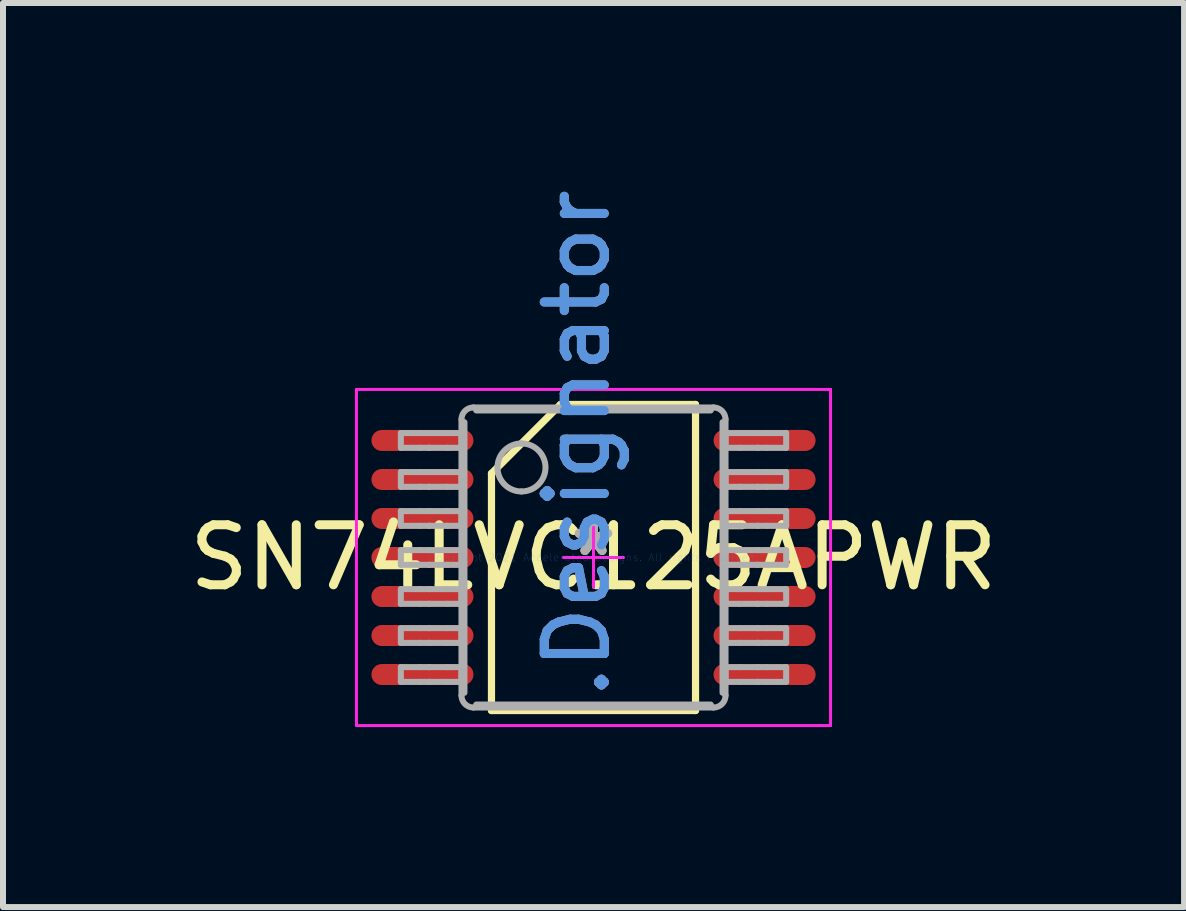
<source format=kicad_pcb>
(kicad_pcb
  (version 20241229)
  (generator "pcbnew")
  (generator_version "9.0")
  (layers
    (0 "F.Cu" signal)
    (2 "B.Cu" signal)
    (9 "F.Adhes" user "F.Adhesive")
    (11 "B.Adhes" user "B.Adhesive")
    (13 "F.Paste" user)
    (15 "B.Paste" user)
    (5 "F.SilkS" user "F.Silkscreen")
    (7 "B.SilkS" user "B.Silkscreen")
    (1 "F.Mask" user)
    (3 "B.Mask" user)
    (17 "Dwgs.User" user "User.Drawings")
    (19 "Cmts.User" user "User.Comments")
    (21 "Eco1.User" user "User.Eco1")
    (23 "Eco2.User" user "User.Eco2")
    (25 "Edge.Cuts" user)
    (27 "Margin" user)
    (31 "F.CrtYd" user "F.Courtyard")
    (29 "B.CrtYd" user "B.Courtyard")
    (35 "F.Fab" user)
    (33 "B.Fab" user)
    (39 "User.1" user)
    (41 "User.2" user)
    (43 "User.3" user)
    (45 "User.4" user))
  (footprint "SN74LVC125APWR"
    (layer "F.Cu")
    (at 6.839 6.239)
    (property "Reference" "SN74LVC125APWR" (at 0 0 0) (layer "F.SilkS") (effects (font (size 1 1) (thickness 0.15))))
    (attr through_hole)
    (fp_line (start -1.7 -1.4) (end -0.55 -2.55) (stroke (width 0.12) (type solid)) (layer "F.SilkS"))
    (fp_line (start -1.7 2.55) (end -1.7 -1.4) (stroke (width 0.12) (type solid)) (layer "F.SilkS"))
    (fp_line (start -1.7 2.55) (end 1.7 2.55) (stroke (width 0.12) (type solid)) (layer "F.SilkS"))
    (fp_line (start -0.55 -2.55) (end 1.7 -2.55) (stroke (width 0.12) (type solid)) (layer "F.SilkS"))
    (fp_line (start 1.7 2.55) (end 1.7 -2.55) (stroke (width 0.12) (type solid)) (layer "F.SilkS"))
    (fp_line (start -3.95 -2.8) (end 3.95 -2.8) (stroke (width 0.05) (type solid)) (layer "F.CrtYd"))
    (fp_line (start -3.95 2.8) (end -3.95 -2.8) (stroke (width 0.05) (type solid)) (layer "F.CrtYd"))
    (fp_line (start -3.95 2.8) (end 3.95 2.8) (stroke (width 0.05) (type solid)) (layer "F.CrtYd"))
    (fp_line (start -0.5 0) (end 0.5 0) (stroke (width 0.05) (type solid)) (layer "F.CrtYd"))
    (fp_line (start 0 0.5) (end 0 -0.5) (stroke (width 0.05) (type solid)) (layer "F.CrtYd"))
    (fp_line (start 3.95 2.8) (end 3.95 -2.8) (stroke (width 0.05) (type solid)) (layer "F.CrtYd"))
    (fp_line (start -3.21 -2.073) (end -2.887 -2.073) (stroke (width 0.1) (type solid)) (layer "F.Fab"))
    (fp_line (start -3.21 -1.828) (end -3.21 -2.073) (stroke (width 0.1) (type solid)) (layer "F.Fab"))
    (fp_line (start -3.21 -1.828) (end -2.887 -1.828) (stroke (width 0.1) (type solid)) (layer "F.Fab"))
    (fp_line (start -3.21 -1.423) (end -2.887 -1.423) (stroke (width 0.1) (type solid)) (layer "F.Fab"))
    (fp_line (start -3.21 -1.178) (end -3.21 -1.423) (stroke (width 0.1) (type solid)) (layer "F.Fab"))
    (fp_line (start -3.21 -1.178) (end -2.887 -1.178) (stroke (width 0.1) (type solid)) (layer "F.Fab"))
    (fp_line (start -3.21 -0.773) (end -2.887 -0.773) (stroke (width 0.1) (type solid)) (layer "F.Fab"))
    (fp_line (start -3.21 -0.528) (end -3.21 -0.773) (stroke (width 0.1) (type solid)) (layer "F.Fab"))
    (fp_line (start -3.21 -0.528) (end -2.887 -0.528) (stroke (width 0.1) (type solid)) (layer "F.Fab"))
    (fp_line (start -3.21 -0.123) (end -2.887 -0.123) (stroke (width 0.1) (type solid)) (layer "F.Fab"))
    (fp_line (start -3.21 0.122) (end -3.21 -0.123) (stroke (width 0.1) (type solid)) (layer "F.Fab"))
    (fp_line (start -3.21 0.122) (end -2.887 0.122) (stroke (width 0.1) (type solid)) (layer "F.Fab"))
    (fp_line (start -3.21 0.527) (end -2.887 0.527) (stroke (width 0.1) (type solid)) (layer "F.Fab"))
    (fp_line (start -3.21 0.772) (end -3.21 0.527) (stroke (width 0.1) (type solid)) (layer "F.Fab"))
    (fp_line (start -3.21 0.772) (end -2.887 0.772) (stroke (width 0.1) (type solid)) (layer "F.Fab"))
    (fp_line (start -3.21 1.177) (end -2.887 1.177) (stroke (width 0.1) (type solid)) (layer "F.Fab"))
    (fp_line (start -3.21 1.422) (end -3.21 1.177) (stroke (width 0.1) (type solid)) (layer "F.Fab"))
    (fp_line (start -3.21 1.422) (end -2.887 1.422) (stroke (width 0.1) (type solid)) (layer "F.Fab"))
    (fp_line (start -3.21 1.827) (end -2.887 1.827) (stroke (width 0.1) (type solid)) (layer "F.Fab"))
    (fp_line (start -3.21 2.072) (end -3.21 1.827) (stroke (width 0.1) (type solid)) (layer "F.Fab"))
    (fp_line (start -3.21 2.072) (end -2.887 2.072) (stroke (width 0.1) (type solid)) (layer "F.Fab"))
    (fp_line (start -2.887 -2.073) (end -2.739 -2.073) (stroke (width 0.1) (type solid)) (layer "F.Fab"))
    (fp_line (start -2.887 -1.828) (end -2.739 -1.828) (stroke (width 0.1) (type solid)) (layer "F.Fab"))
    (fp_line (start -2.887 -1.423) (end -2.739 -1.423) (stroke (width 0.1) (type solid)) (layer "F.Fab"))
    (fp_line (start -2.887 -1.178) (end -2.739 -1.178) (stroke (width 0.1) (type solid)) (layer "F.Fab"))
    (fp_line (start -2.887 -0.773) (end -2.739 -0.773) (stroke (width 0.1) (type solid)) (layer "F.Fab"))
    (fp_line (start -2.887 -0.528) (end -2.739 -0.528) (stroke (width 0.1) (type solid)) (layer "F.Fab"))
    (fp_line (start -2.887 -0.123) (end -2.739 -0.123) (stroke (width 0.1) (type solid)) (layer "F.Fab"))
    (fp_line (start -2.887 0.122) (end -2.739 0.122) (stroke (width 0.1) (type solid)) (layer "F.Fab"))
    (fp_line (start -2.887 0.527) (end -2.739 0.527) (stroke (width 0.1) (type solid)) (layer "F.Fab"))
    (fp_line (start -2.887 0.772) (end -2.739 0.772) (stroke (width 0.1) (type solid)) (layer "F.Fab"))
    (fp_line (start -2.887 1.177) (end -2.739 1.177) (stroke (width 0.1) (type solid)) (layer "F.Fab"))
    (fp_line (start -2.887 1.422) (end -2.739 1.422) (stroke (width 0.1) (type solid)) (layer "F.Fab"))
    (fp_line (start -2.887 1.827) (end -2.739 1.827) (stroke (width 0.1) (type solid)) (layer "F.Fab"))
    (fp_line (start -2.887 2.072) (end -2.739 2.072) (stroke (width 0.1) (type solid)) (layer "F.Fab"))
    (fp_line (start -2.739 -2.073) (end -2.733 -2.073) (stroke (width 0.1) (type solid)) (layer "F.Fab"))
    (fp_line (start -2.739 -1.828) (end -2.733 -1.828) (stroke (width 0.1) (type solid)) (layer "F.Fab"))
    (fp_line (start -2.739 -1.423) (end -2.733 -1.423) (stroke (width 0.1) (type solid)) (layer "F.Fab"))
    (fp_line (start -2.739 -1.178) (end -2.733 -1.178) (stroke (width 0.1) (type solid)) (layer "F.Fab"))
    (fp_line (start -2.739 -0.773) (end -2.733 -0.773) (stroke (width 0.1) (type solid)) (layer "F.Fab"))
    (fp_line (start -2.739 -0.528) (end -2.733 -0.528) (stroke (width 0.1) (type solid)) (layer "F.Fab"))
    (fp_line (start -2.739 -0.123) (end -2.733 -0.123) (stroke (width 0.1) (type solid)) (layer "F.Fab"))
    (fp_line (start -2.739 0.122) (end -2.733 0.122) (stroke (width 0.1) (type solid)) (layer "F.Fab"))
    (fp_line (start -2.739 0.527) (end -2.733 0.527) (stroke (width 0.1) (type solid)) (layer "F.Fab"))
    (fp_line (start -2.739 0.772) (end -2.733 0.772) (stroke (width 0.1) (type solid)) (layer "F.Fab"))
    (fp_line (start -2.739 1.177) (end -2.733 1.177) (stroke (width 0.1) (type solid)) (layer "F.Fab"))
    (fp_line (start -2.739 1.422) (end -2.733 1.422) (stroke (width 0.1) (type solid)) (layer "F.Fab"))
    (fp_line (start -2.739 1.827) (end -2.733 1.827) (stroke (width 0.1) (type solid)) (layer "F.Fab"))
    (fp_line (start -2.739 2.072) (end -2.733 2.072) (stroke (width 0.1) (type solid)) (layer "F.Fab"))
    (fp_line (start -2.733 -2.073) (end -2.431 -2.073) (stroke (width 0.1) (type solid)) (layer "F.Fab"))
    (fp_line (start -2.733 -1.828) (end -2.431 -1.828) (stroke (width 0.1) (type solid)) (layer "F.Fab"))
    (fp_line (start -2.733 -1.423) (end -2.431 -1.423) (stroke (width 0.1) (type solid)) (layer "F.Fab"))
    (fp_line (start -2.733 -1.178) (end -2.431 -1.178) (stroke (width 0.1) (type solid)) (layer "F.Fab"))
    (fp_line (start -2.733 -0.773) (end -2.431 -0.773) (stroke (width 0.1) (type solid)) (layer "F.Fab"))
    (fp_line (start -2.733 -0.528) (end -2.431 -0.528) (stroke (width 0.1) (type solid)) (layer "F.Fab"))
    (fp_line (start -2.733 -0.123) (end -2.431 -0.123) (stroke (width 0.1) (type solid)) (layer "F.Fab"))
    (fp_line (start -2.733 0.122) (end -2.431 0.122) (stroke (width 0.1) (type solid)) (layer "F.Fab"))
    (fp_line (start -2.733 0.527) (end -2.431 0.527) (stroke (width 0.1) (type solid)) (layer "F.Fab"))
    (fp_line (start -2.733 0.772) (end -2.431 0.772) (stroke (width 0.1) (type solid)) (layer "F.Fab"))
    (fp_line (start -2.733 1.177) (end -2.431 1.177) (stroke (width 0.1) (type solid)) (layer "F.Fab"))
    (fp_line (start -2.733 1.422) (end -2.431 1.422) (stroke (width 0.1) (type solid)) (layer "F.Fab"))
    (fp_line (start -2.733 1.827) (end -2.431 1.827) (stroke (width 0.1) (type solid)) (layer "F.Fab"))
    (fp_line (start -2.733 2.072) (end -2.431 2.072) (stroke (width 0.1) (type solid)) (layer "F.Fab"))
    (fp_line (start -2.431 -2.073) (end -2.2 -2.073) (stroke (width 0.1) (type solid)) (layer "F.Fab"))
    (fp_line (start -2.431 -1.828) (end -2.2 -1.828) (stroke (width 0.1) (type solid)) (layer "F.Fab"))
    (fp_line (start -2.431 -1.423) (end -2.2 -1.423) (stroke (width 0.1) (type solid)) (layer "F.Fab"))
    (fp_line (start -2.431 -1.178) (end -2.2 -1.178) (stroke (width 0.1) (type solid)) (layer "F.Fab"))
    (fp_line (start -2.431 -0.773) (end -2.2 -0.773) (stroke (width 0.1) (type solid)) (layer "F.Fab"))
    (fp_line (start -2.431 -0.528) (end -2.2 -0.528) (stroke (width 0.1) (type solid)) (layer "F.Fab"))
    (fp_line (start -2.431 -0.123) (end -2.2 -0.123) (stroke (width 0.1) (type solid)) (layer "F.Fab"))
    (fp_line (start -2.431 0.122) (end -2.2 0.122) (stroke (width 0.1) (type solid)) (layer "F.Fab"))
    (fp_line (start -2.431 0.527) (end -2.2 0.527) (stroke (width 0.1) (type solid)) (layer "F.Fab"))
    (fp_line (start -2.431 0.772) (end -2.2 0.772) (stroke (width 0.1) (type solid)) (layer "F.Fab"))
    (fp_line (start -2.431 1.177) (end -2.2 1.177) (stroke (width 0.1) (type solid)) (layer "F.Fab"))
    (fp_line (start -2.431 1.422) (end -2.2 1.422) (stroke (width 0.1) (type solid)) (layer "F.Fab"))
    (fp_line (start -2.431 1.827) (end -2.2 1.827) (stroke (width 0.1) (type solid)) (layer "F.Fab"))
    (fp_line (start -2.431 2.072) (end -2.2 2.072) (stroke (width 0.1) (type solid)) (layer "F.Fab"))
    (fp_line (start -2.2 -1.828) (end -2.2 -2.073) (stroke (width 0.1) (type solid)) (layer "F.Fab"))
    (fp_line (start -2.2 -1.178) (end -2.2 -1.423) (stroke (width 0.1) (type solid)) (layer "F.Fab"))
    (fp_line (start -2.2 -0.528) (end -2.2 -0.773) (stroke (width 0.1) (type solid)) (layer "F.Fab"))
    (fp_line (start -2.2 0.122) (end -2.2 -0.123) (stroke (width 0.1) (type solid)) (layer "F.Fab"))
    (fp_line (start -2.2 0.772) (end -2.2 0.527) (stroke (width 0.1) (type solid)) (layer "F.Fab"))
    (fp_line (start -2.2 1.422) (end -2.2 1.177) (stroke (width 0.1) (type solid)) (layer "F.Fab"))
    (fp_line (start -2.2 2.072) (end -2.2 1.827) (stroke (width 0.1) (type solid)) (layer "F.Fab"))
    (fp_line (start -2.2 2.3) (end -2.2 -2.3) (stroke (width 0.1) (type solid)) (layer "F.Fab"))
    (fp_line (start -2.15 2.254) (end -2.15 -2.254) (stroke (width 0.1) (type solid)) (layer "F.Fab"))
    (fp_line (start -2 -2.5) (end 2 -2.5) (stroke (width 0.1) (type solid)) (layer "F.Fab"))
    (fp_line (start -2 2.5) (end 2 2.5) (stroke (width 0.1) (type solid)) (layer "F.Fab"))
    (fp_line (start -1.954 -2.45) (end 1.954 -2.45) (stroke (width 0.1) (type solid)) (layer "F.Fab"))
    (fp_line (start -1.954 2.45) (end 1.954 2.45) (stroke (width 0.1) (type solid)) (layer "F.Fab"))
    (fp_line (start 2.15 2.254) (end 2.15 -2.254) (stroke (width 0.1) (type solid)) (layer "F.Fab"))
    (fp_line (start 2.2 -2.073) (end 2.43 -2.073) (stroke (width 0.1) (type solid)) (layer "F.Fab"))
    (fp_line (start 2.2 -1.828) (end 2.2 -2.073) (stroke (width 0.1) (type solid)) (layer "F.Fab"))
    (fp_line (start 2.2 -1.828) (end 2.43 -1.828) (stroke (width 0.1) (type solid)) (layer "F.Fab"))
    (fp_line (start 2.2 -1.423) (end 2.43 -1.423) (stroke (width 0.1) (type solid)) (layer "F.Fab"))
    (fp_line (start 2.2 -1.178) (end 2.2 -1.423) (stroke (width 0.1) (type solid)) (layer "F.Fab"))
    (fp_line (start 2.2 -1.178) (end 2.43 -1.178) (stroke (width 0.1) (type solid)) (layer "F.Fab"))
    (fp_line (start 2.2 -0.773) (end 2.43 -0.773) (stroke (width 0.1) (type solid)) (layer "F.Fab"))
    (fp_line (start 2.2 -0.528) (end 2.2 -0.773) (stroke (width 0.1) (type solid)) (layer "F.Fab"))
    (fp_line (start 2.2 -0.528) (end 2.43 -0.528) (stroke (width 0.1) (type solid)) (layer "F.Fab"))
    (fp_line (start 2.2 -0.123) (end 2.43 -0.123) (stroke (width 0.1) (type solid)) (layer "F.Fab"))
    (fp_line (start 2.2 0.122) (end 2.2 -0.123) (stroke (width 0.1) (type solid)) (layer "F.Fab"))
    (fp_line (start 2.2 0.122) (end 2.43 0.122) (stroke (width 0.1) (type solid)) (layer "F.Fab"))
    (fp_line (start 2.2 0.527) (end 2.43 0.527) (stroke (width 0.1) (type solid)) (layer "F.Fab"))
    (fp_line (start 2.2 0.772) (end 2.2 0.527) (stroke (width 0.1) (type solid)) (layer "F.Fab"))
    (fp_line (start 2.2 0.772) (end 2.43 0.772) (stroke (width 0.1) (type solid)) (layer "F.Fab"))
    (fp_line (start 2.2 1.177) (end 2.43 1.177) (stroke (width 0.1) (type solid)) (layer "F.Fab"))
    (fp_line (start 2.2 1.422) (end 2.2 1.177) (stroke (width 0.1) (type solid)) (layer "F.Fab"))
    (fp_line (start 2.2 1.422) (end 2.43 1.422) (stroke (width 0.1) (type solid)) (layer "F.Fab"))
    (fp_line (start 2.2 1.827) (end 2.43 1.827) (stroke (width 0.1) (type solid)) (layer "F.Fab"))
    (fp_line (start 2.2 2.072) (end 2.2 1.827) (stroke (width 0.1) (type solid)) (layer "F.Fab"))
    (fp_line (start 2.2 2.072) (end 2.43 2.072) (stroke (width 0.1) (type solid)) (layer "F.Fab"))
    (fp_line (start 2.2 2.3) (end 2.2 -2.3) (stroke (width 0.1) (type solid)) (layer "F.Fab"))
    (fp_line (start 2.43 -2.073) (end 2.733 -2.073) (stroke (width 0.1) (type solid)) (layer "F.Fab"))
    (fp_line (start 2.43 -1.828) (end 2.733 -1.828) (stroke (width 0.1) (type solid)) (layer "F.Fab"))
    (fp_line (start 2.43 -1.423) (end 2.733 -1.423) (stroke (width 0.1) (type solid)) (layer "F.Fab"))
    (fp_line (start 2.43 -1.178) (end 2.733 -1.178) (stroke (width 0.1) (type solid)) (layer "F.Fab"))
    (fp_line (start 2.43 -0.773) (end 2.733 -0.773) (stroke (width 0.1) (type solid)) (layer "F.Fab"))
    (fp_line (start 2.43 -0.528) (end 2.733 -0.528) (stroke (width 0.1) (type solid)) (layer "F.Fab"))
    (fp_line (start 2.43 -0.123) (end 2.733 -0.123) (stroke (width 0.1) (type solid)) (layer "F.Fab"))
    (fp_line (start 2.43 0.122) (end 2.733 0.122) (stroke (width 0.1) (type solid)) (layer "F.Fab"))
    (fp_line (start 2.43 0.527) (end 2.733 0.527) (stroke (width 0.1) (type solid)) (layer "F.Fab"))
    (fp_line (start 2.43 0.772) (end 2.733 0.772) (stroke (width 0.1) (type solid)) (layer "F.Fab"))
    (fp_line (start 2.43 1.177) (end 2.733 1.177) (stroke (width 0.1) (type solid)) (layer "F.Fab"))
    (fp_line (start 2.43 1.422) (end 2.733 1.422) (stroke (width 0.1) (type solid)) (layer "F.Fab"))
    (fp_line (start 2.43 1.827) (end 2.733 1.827) (stroke (width 0.1) (type solid)) (layer "F.Fab"))
    (fp_line (start 2.43 2.072) (end 2.733 2.072) (stroke (width 0.1) (type solid)) (layer "F.Fab"))
    (fp_line (start 2.733 -2.073) (end 2.739 -2.073) (stroke (width 0.1) (type solid)) (layer "F.Fab"))
    (fp_line (start 2.733 -1.828) (end 2.739 -1.828) (stroke (width 0.1) (type solid)) (layer "F.Fab"))
    (fp_line (start 2.733 -1.423) (end 2.739 -1.423) (stroke (width 0.1) (type solid)) (layer "F.Fab"))
    (fp_line (start 2.733 -1.178) (end 2.739 -1.178) (stroke (width 0.1) (type solid)) (layer "F.Fab"))
    (fp_line (start 2.733 -0.773) (end 2.739 -0.773) (stroke (width 0.1) (type solid)) (layer "F.Fab"))
    (fp_line (start 2.733 -0.528) (end 2.739 -0.528) (stroke (width 0.1) (type solid)) (layer "F.Fab"))
    (fp_line (start 2.733 -0.123) (end 2.739 -0.123) (stroke (width 0.1) (type solid)) (layer "F.Fab"))
    (fp_line (start 2.733 0.122) (end 2.739 0.122) (stroke (width 0.1) (type solid)) (layer "F.Fab"))
    (fp_line (start 2.733 0.527) (end 2.739 0.527) (stroke (width 0.1) (type solid)) (layer "F.Fab"))
    (fp_line (start 2.733 0.772) (end 2.739 0.772) (stroke (width 0.1) (type solid)) (layer "F.Fab"))
    (fp_line (start 2.733 1.177) (end 2.739 1.177) (stroke (width 0.1) (type solid)) (layer "F.Fab"))
    (fp_line (start 2.733 1.422) (end 2.739 1.422) (stroke (width 0.1) (type solid)) (layer "F.Fab"))
    (fp_line (start 2.733 1.827) (end 2.739 1.827) (stroke (width 0.1) (type solid)) (layer "F.Fab"))
    (fp_line (start 2.733 2.072) (end 2.739 2.072) (stroke (width 0.1) (type solid)) (layer "F.Fab"))
    (fp_line (start 2.739 -2.073) (end 2.887 -2.073) (stroke (width 0.1) (type solid)) (layer "F.Fab"))
    (fp_line (start 2.739 -1.828) (end 2.887 -1.828) (stroke (width 0.1) (type solid)) (layer "F.Fab"))
    (fp_line (start 2.739 -1.423) (end 2.887 -1.423) (stroke (width 0.1) (type solid)) (layer "F.Fab"))
    (fp_line (start 2.739 -1.178) (end 2.887 -1.178) (stroke (width 0.1) (type solid)) (layer "F.Fab"))
    (fp_line (start 2.739 -0.773) (end 2.887 -0.773) (stroke (width 0.1) (type solid)) (layer "F.Fab"))
    (fp_line (start 2.739 -0.528) (end 2.887 -0.528) (stroke (width 0.1) (type solid)) (layer "F.Fab"))
    (fp_line (start 2.739 -0.123) (end 2.887 -0.123) (stroke (width 0.1) (type solid)) (layer "F.Fab"))
    (fp_line (start 2.739 0.122) (end 2.887 0.122) (stroke (width 0.1) (type solid)) (layer "F.Fab"))
    (fp_line (start 2.739 0.527) (end 2.887 0.527) (stroke (width 0.1) (type solid)) (layer "F.Fab"))
    (fp_line (start 2.739 0.772) (end 2.887 0.772) (stroke (width 0.1) (type solid)) (layer "F.Fab"))
    (fp_line (start 2.739 1.177) (end 2.887 1.177) (stroke (width 0.1) (type solid)) (layer "F.Fab"))
    (fp_line (start 2.739 1.422) (end 2.887 1.422) (stroke (width 0.1) (type solid)) (layer "F.Fab"))
    (fp_line (start 2.739 1.827) (end 2.887 1.827) (stroke (width 0.1) (type solid)) (layer "F.Fab"))
    (fp_line (start 2.739 2.072) (end 2.887 2.072) (stroke (width 0.1) (type solid)) (layer "F.Fab"))
    (fp_line (start 2.887 -2.073) (end 3.21 -2.073) (stroke (width 0.1) (type solid)) (layer "F.Fab"))
    (fp_line (start 2.887 -1.828) (end 3.21 -1.828) (stroke (width 0.1) (type solid)) (layer "F.Fab"))
    (fp_line (start 2.887 -1.423) (end 3.21 -1.423) (stroke (width 0.1) (type solid)) (layer "F.Fab"))
    (fp_line (start 2.887 -1.178) (end 3.21 -1.178) (stroke (width 0.1) (type solid)) (layer "F.Fab"))
    (fp_line (start 2.887 -0.773) (end 3.21 -0.773) (stroke (width 0.1) (type solid)) (layer "F.Fab"))
    (fp_line (start 2.887 -0.528) (end 3.21 -0.528) (stroke (width 0.1) (type solid)) (layer "F.Fab"))
    (fp_line (start 2.887 -0.123) (end 3.21 -0.123) (stroke (width 0.1) (type solid)) (layer "F.Fab"))
    (fp_line (start 2.887 0.122) (end 3.21 0.122) (stroke (width 0.1) (type solid)) (layer "F.Fab"))
    (fp_line (start 2.887 0.527) (end 3.21 0.527) (stroke (width 0.1) (type solid)) (layer "F.Fab"))
    (fp_line (start 2.887 0.772) (end 3.21 0.772) (stroke (width 0.1) (type solid)) (layer "F.Fab"))
    (fp_line (start 2.887 1.177) (end 3.21 1.177) (stroke (width 0.1) (type solid)) (layer "F.Fab"))
    (fp_line (start 2.887 1.422) (end 3.21 1.422) (stroke (width 0.1) (type solid)) (layer "F.Fab"))
    (fp_line (start 2.887 1.827) (end 3.21 1.827) (stroke (width 0.1) (type solid)) (layer "F.Fab"))
    (fp_line (start 2.887 2.072) (end 3.21 2.072) (stroke (width 0.1) (type solid)) (layer "F.Fab"))
    (fp_line (start 3.21 -1.828) (end 3.21 -2.073) (stroke (width 0.1) (type solid)) (layer "F.Fab"))
    (fp_line (start 3.21 -1.178) (end 3.21 -1.423) (stroke (width 0.1) (type solid)) (layer "F.Fab"))
    (fp_line (start 3.21 -0.528) (end 3.21 -0.773) (stroke (width 0.1) (type solid)) (layer "F.Fab"))
    (fp_line (start 3.21 0.122) (end 3.21 -0.123) (stroke (width 0.1) (type solid)) (layer "F.Fab"))
    (fp_line (start 3.21 0.772) (end 3.21 0.527) (stroke (width 0.1) (type solid)) (layer "F.Fab"))
    (fp_line (start 3.21 1.422) (end 3.21 1.177) (stroke (width 0.1) (type solid)) (layer "F.Fab"))
    (fp_line (start 3.21 2.072) (end 3.21 1.827) (stroke (width 0.1) (type solid)) (layer "F.Fab"))
    (fp_arc (start -2.200001 -2.3) (mid -2.141422 -2.441421) (end -2.000001 -2.5) (stroke (width 0.1) (type solid)) (layer "F.Fab"))
    (fp_arc (start -2.000001 2.49999) (mid -2.141422 2.441411) (end -2.200001 2.29999) (stroke (width 0.1) (type solid)) (layer "F.Fab"))
    (fp_arc (start -1.200003 -1.900001) (mid -0.800004 -1.500002) (end -1.200003 -1.100003) (stroke (width 0.1) (type solid)) (layer "F.Fab"))
    (fp_arc (start -1.200003 -1.100003) (mid -1.600002 -1.500002) (end -1.200003 -1.900001) (stroke (width 0.1) (type solid)) (layer "F.Fab"))
    (fp_arc (start 1.999991 -2.499999) (mid 2.141412 -2.441421) (end 2.19999 -2.3) (stroke (width 0.1) (type solid)) (layer "F.Fab"))
    (fp_arc (start 2.199991 2.29999) (mid 2.141412 2.441411) (end 1.999991 2.49999) (stroke (width 0.1) (type solid)) (layer "F.Fab"))
    (fp_text user "*" (at 0 0 0) (layer "F.SilkS") (effects (font (size 1 1) (thickness 0.15))))
    (fp_text user ".Designator" (at -0.275 -1.9 270) (layer "Cmts.User") (effects (font (size 1 1) (thickness 0.15))))
    (fp_text user "Copyright 2021 Accelerated Designs. All rights reserved." (at 0 0 0) (layer "Cmts.User") (effects (font (size 0.127 0.127) (thickness 0.002))))
    (fp_text user "*" (at 0 0 0) (layer "F.Fab") (effects (font (size 1 1) (thickness 0.15))))
    (fp_text user ".Designator" (at -0.275 -1.9 270) (layer "F.Fab") (effects (font (size 1 1) (thickness 0.15))))
    (pad "1" smd oval (at -2.85 -1.95 90) (size 0.35 1.7) (layers "F.Cu" "F.Mask" "F.Paste"))
    (pad "2" smd oval (at -2.85 -1.3 90) (size 0.35 1.7) (layers "F.Cu" "F.Mask" "F.Paste"))
    (pad "3" smd oval (at -2.85 -0.65 90) (size 0.35 1.7) (layers "F.Cu" "F.Mask" "F.Paste"))
    (pad "4" smd oval (at -2.85 0 90) (size 0.35 1.7) (layers "F.Cu" "F.Mask" "F.Paste"))
    (pad "5" smd oval (at -2.85 0.65 90) (size 0.35 1.7) (layers "F.Cu" "F.Mask" "F.Paste"))
    (pad "6" smd oval (at -2.85 1.3 90) (size 0.35 1.7) (layers "F.Cu" "F.Mask" "F.Paste"))
    (pad "7" smd oval (at -2.85 1.95 90) (size 0.35 1.7) (layers "F.Cu" "F.Mask" "F.Paste"))
    (pad "8" smd oval (at 2.85 1.95 90) (size 0.35 1.7) (layers "F.Cu" "F.Mask" "F.Paste"))
    (pad "9" smd oval (at 2.85 1.3 90) (size 0.35 1.7) (layers "F.Cu" "F.Mask" "F.Paste"))
    (pad "10" smd oval (at 2.85 0.65 90) (size 0.35 1.7) (layers "F.Cu" "F.Mask" "F.Paste"))
    (pad "11" smd oval (at 2.85 0 90) (size 0.35 1.7) (layers "F.Cu" "F.Mask" "F.Paste"))
    (pad "12" smd oval (at 2.85 -0.65 90) (size 0.35 1.7) (layers "F.Cu" "F.Mask" "F.Paste"))
    (pad "13" smd oval (at 2.85 -1.3 90) (size 0.35 1.7) (layers "F.Cu" "F.Mask" "F.Paste"))
    (pad "14" smd oval (at 2.85 -1.95 90) (size 0.35 1.7) (layers "F.Cu" "F.Mask" "F.Paste")))
  (gr_rect
    (start -3 -3)
    (end 16.679 12.064)
    (stroke (width 0.1) (type default))
    (fill no)
    (layer "Edge.Cuts")))
</source>
